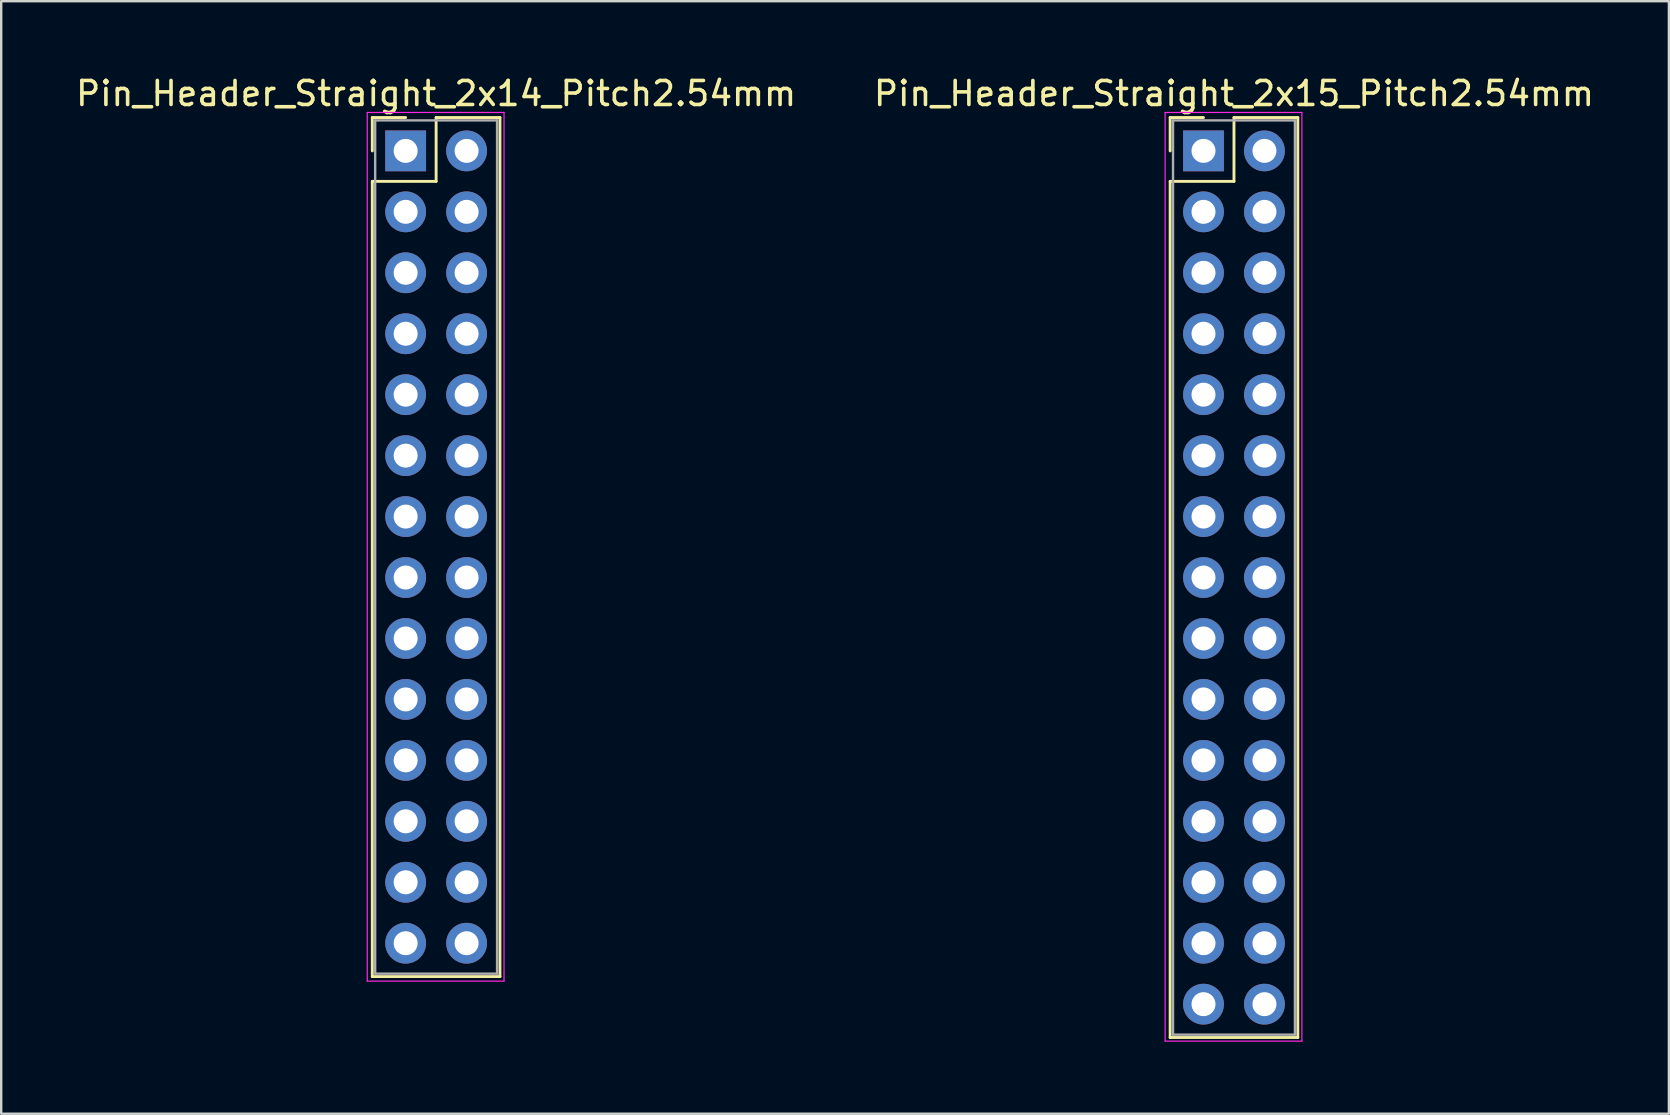
<source format=kicad_pcb>
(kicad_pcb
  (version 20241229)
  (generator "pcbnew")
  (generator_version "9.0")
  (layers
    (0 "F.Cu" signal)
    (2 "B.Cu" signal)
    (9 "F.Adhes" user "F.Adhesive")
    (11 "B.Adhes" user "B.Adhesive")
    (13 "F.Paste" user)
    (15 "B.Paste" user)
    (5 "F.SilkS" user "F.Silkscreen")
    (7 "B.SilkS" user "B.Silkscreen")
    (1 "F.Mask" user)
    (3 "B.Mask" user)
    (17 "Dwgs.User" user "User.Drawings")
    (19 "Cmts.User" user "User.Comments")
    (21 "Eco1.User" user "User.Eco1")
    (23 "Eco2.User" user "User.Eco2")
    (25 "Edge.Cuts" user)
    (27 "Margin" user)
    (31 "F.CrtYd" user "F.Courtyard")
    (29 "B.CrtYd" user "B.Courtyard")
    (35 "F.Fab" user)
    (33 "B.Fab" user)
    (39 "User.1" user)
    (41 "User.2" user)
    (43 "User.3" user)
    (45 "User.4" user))
  (footprint "Pin_Header_Straight_2x15_Pitch2.54mm"
    (layer "F.Cu")
    (at 47.105 3.238)
    (property "Reference" "Pin_Header_Straight_2x15_Pitch2.54mm" (at 1.27 -2.39 0) (layer "F.SilkS") (effects (font (size 1 1) (thickness 0.15))))
    (attr through_hole)
    (fp_line (start -1.39 -1.39) (end 0 -1.39) (stroke (width 0.12) (type solid)) (layer "F.SilkS"))
    (fp_line (start -1.39 0) (end -1.39 -1.39) (stroke (width 0.12) (type solid)) (layer "F.SilkS"))
    (fp_line (start -1.39 1.27) (end -1.39 36.95) (stroke (width 0.12) (type solid)) (layer "F.SilkS"))
    (fp_line (start -1.39 36.95) (end 3.93 36.95) (stroke (width 0.12) (type solid)) (layer "F.SilkS"))
    (fp_line (start 1.27 -1.39) (end 1.27 1.27) (stroke (width 0.12) (type solid)) (layer "F.SilkS"))
    (fp_line (start 1.27 1.27) (end -1.39 1.27) (stroke (width 0.12) (type solid)) (layer "F.SilkS"))
    (fp_line (start 3.93 -1.39) (end 1.27 -1.39) (stroke (width 0.12) (type solid)) (layer "F.SilkS"))
    (fp_line (start 3.93 36.95) (end 3.93 -1.39) (stroke (width 0.12) (type solid)) (layer "F.SilkS"))
    (fp_line (start -1.6 -1.6) (end -1.6 37.1) (stroke (width 0.05) (type solid)) (layer "F.CrtYd"))
    (fp_line (start -1.6 37.1) (end 4.1 37.1) (stroke (width 0.05) (type solid)) (layer "F.CrtYd"))
    (fp_line (start 4.1 -1.6) (end -1.6 -1.6) (stroke (width 0.05) (type solid)) (layer "F.CrtYd"))
    (fp_line (start 4.1 37.1) (end 4.1 -1.6) (stroke (width 0.05) (type solid)) (layer "F.CrtYd"))
    (fp_line (start -1.27 -1.27) (end -1.27 36.83) (stroke (width 0.1) (type solid)) (layer "F.Fab"))
    (fp_line (start -1.27 36.83) (end 3.81 36.83) (stroke (width 0.1) (type solid)) (layer "F.Fab"))
    (fp_line (start 3.81 -1.27) (end -1.27 -1.27) (stroke (width 0.1) (type solid)) (layer "F.Fab"))
    (fp_line (start 3.81 36.83) (end 3.81 -1.27) (stroke (width 0.1) (type solid)) (layer "F.Fab"))
    (pad "1" thru_hole rect (at 0 0) (size 1.7 1.7) (drill 1) (layers "*.Cu" "*.Mask"))
    (pad "2" thru_hole oval (at 2.54 0) (size 1.7 1.7) (drill 1) (layers "*.Cu" "*.Mask"))
    (pad "3" thru_hole oval (at 0 2.54) (size 1.7 1.7) (drill 1) (layers "*.Cu" "*.Mask"))
    (pad "4" thru_hole oval (at 2.54 2.54) (size 1.7 1.7) (drill 1) (layers "*.Cu" "*.Mask"))
    (pad "5" thru_hole oval (at 0 5.08) (size 1.7 1.7) (drill 1) (layers "*.Cu" "*.Mask"))
    (pad "6" thru_hole oval (at 2.54 5.08) (size 1.7 1.7) (drill 1) (layers "*.Cu" "*.Mask"))
    (pad "7" thru_hole oval (at 0 7.62) (size 1.7 1.7) (drill 1) (layers "*.Cu" "*.Mask"))
    (pad "8" thru_hole oval (at 2.54 7.62) (size 1.7 1.7) (drill 1) (layers "*.Cu" "*.Mask"))
    (pad "9" thru_hole oval (at 0 10.16) (size 1.7 1.7) (drill 1) (layers "*.Cu" "*.Mask"))
    (pad "10" thru_hole oval (at 2.54 10.16) (size 1.7 1.7) (drill 1) (layers "*.Cu" "*.Mask"))
    (pad "11" thru_hole oval (at 0 12.7) (size 1.7 1.7) (drill 1) (layers "*.Cu" "*.Mask"))
    (pad "12" thru_hole oval (at 2.54 12.7) (size 1.7 1.7) (drill 1) (layers "*.Cu" "*.Mask"))
    (pad "13" thru_hole oval (at 0 15.24) (size 1.7 1.7) (drill 1) (layers "*.Cu" "*.Mask"))
    (pad "14" thru_hole oval (at 2.54 15.24) (size 1.7 1.7) (drill 1) (layers "*.Cu" "*.Mask"))
    (pad "15" thru_hole oval (at 0 17.78) (size 1.7 1.7) (drill 1) (layers "*.Cu" "*.Mask"))
    (pad "16" thru_hole oval (at 2.54 17.78) (size 1.7 1.7) (drill 1) (layers "*.Cu" "*.Mask"))
    (pad "17" thru_hole oval (at 0 20.32) (size 1.7 1.7) (drill 1) (layers "*.Cu" "*.Mask"))
    (pad "18" thru_hole oval (at 2.54 20.32) (size 1.7 1.7) (drill 1) (layers "*.Cu" "*.Mask"))
    (pad "19" thru_hole oval (at 0 22.86) (size 1.7 1.7) (drill 1) (layers "*.Cu" "*.Mask"))
    (pad "20" thru_hole oval (at 2.54 22.86) (size 1.7 1.7) (drill 1) (layers "*.Cu" "*.Mask"))
    (pad "21" thru_hole oval (at 0 25.4) (size 1.7 1.7) (drill 1) (layers "*.Cu" "*.Mask"))
    (pad "22" thru_hole oval (at 2.54 25.4) (size 1.7 1.7) (drill 1) (layers "*.Cu" "*.Mask"))
    (pad "23" thru_hole oval (at 0 27.94) (size 1.7 1.7) (drill 1) (layers "*.Cu" "*.Mask"))
    (pad "24" thru_hole oval (at 2.54 27.94) (size 1.7 1.7) (drill 1) (layers "*.Cu" "*.Mask"))
    (pad "25" thru_hole oval (at 0 30.48) (size 1.7 1.7) (drill 1) (layers "*.Cu" "*.Mask"))
    (pad "26" thru_hole oval (at 2.54 30.48) (size 1.7 1.7) (drill 1) (layers "*.Cu" "*.Mask"))
    (pad "27" thru_hole oval (at 0 33.02) (size 1.7 1.7) (drill 1) (layers "*.Cu" "*.Mask"))
    (pad "28" thru_hole oval (at 2.54 33.02) (size 1.7 1.7) (drill 1) (layers "*.Cu" "*.Mask"))
    (pad "29" thru_hole oval (at 0 35.56) (size 1.7 1.7) (drill 1) (layers "*.Cu" "*.Mask"))
    (pad "30" thru_hole oval (at 2.54 35.56) (size 1.7 1.7) (drill 1) (layers "*.Cu" "*.Mask")))
  (footprint "Pin_Header_Straight_2x14_Pitch2.54mm"
    (layer "F.Cu")
    (at 13.855 3.238)
    (property "Reference" "Pin_Header_Straight_2x14_Pitch2.54mm" (at 1.27 -2.39 0) (layer "F.SilkS") (effects (font (size 1 1) (thickness 0.15))))
    (attr through_hole)
    (fp_line (start -1.39 -1.39) (end 0 -1.39) (stroke (width 0.12) (type solid)) (layer "F.SilkS"))
    (fp_line (start -1.39 0) (end -1.39 -1.39) (stroke (width 0.12) (type solid)) (layer "F.SilkS"))
    (fp_line (start -1.39 1.27) (end -1.39 34.41) (stroke (width 0.12) (type solid)) (layer "F.SilkS"))
    (fp_line (start -1.39 34.41) (end 3.93 34.41) (stroke (width 0.12) (type solid)) (layer "F.SilkS"))
    (fp_line (start 1.27 -1.39) (end 1.27 1.27) (stroke (width 0.12) (type solid)) (layer "F.SilkS"))
    (fp_line (start 1.27 1.27) (end -1.39 1.27) (stroke (width 0.12) (type solid)) (layer "F.SilkS"))
    (fp_line (start 3.93 -1.39) (end 1.27 -1.39) (stroke (width 0.12) (type solid)) (layer "F.SilkS"))
    (fp_line (start 3.93 34.41) (end 3.93 -1.39) (stroke (width 0.12) (type solid)) (layer "F.SilkS"))
    (fp_line (start -1.6 -1.6) (end -1.6 34.6) (stroke (width 0.05) (type solid)) (layer "F.CrtYd"))
    (fp_line (start -1.6 34.6) (end 4.1 34.6) (stroke (width 0.05) (type solid)) (layer "F.CrtYd"))
    (fp_line (start 4.1 -1.6) (end -1.6 -1.6) (stroke (width 0.05) (type solid)) (layer "F.CrtYd"))
    (fp_line (start 4.1 34.6) (end 4.1 -1.6) (stroke (width 0.05) (type solid)) (layer "F.CrtYd"))
    (fp_line (start -1.27 -1.27) (end -1.27 34.29) (stroke (width 0.1) (type solid)) (layer "F.Fab"))
    (fp_line (start -1.27 34.29) (end 3.81 34.29) (stroke (width 0.1) (type solid)) (layer "F.Fab"))
    (fp_line (start 3.81 -1.27) (end -1.27 -1.27) (stroke (width 0.1) (type solid)) (layer "F.Fab"))
    (fp_line (start 3.81 34.29) (end 3.81 -1.27) (stroke (width 0.1) (type solid)) (layer "F.Fab"))
    (pad "1" thru_hole rect (at 0 0) (size 1.7 1.7) (drill 1) (layers "*.Cu" "*.Mask"))
    (pad "2" thru_hole oval (at 2.54 0) (size 1.7 1.7) (drill 1) (layers "*.Cu" "*.Mask"))
    (pad "3" thru_hole oval (at 0 2.54) (size 1.7 1.7) (drill 1) (layers "*.Cu" "*.Mask"))
    (pad "4" thru_hole oval (at 2.54 2.54) (size 1.7 1.7) (drill 1) (layers "*.Cu" "*.Mask"))
    (pad "5" thru_hole oval (at 0 5.08) (size 1.7 1.7) (drill 1) (layers "*.Cu" "*.Mask"))
    (pad "6" thru_hole oval (at 2.54 5.08) (size 1.7 1.7) (drill 1) (layers "*.Cu" "*.Mask"))
    (pad "7" thru_hole oval (at 0 7.62) (size 1.7 1.7) (drill 1) (layers "*.Cu" "*.Mask"))
    (pad "8" thru_hole oval (at 2.54 7.62) (size 1.7 1.7) (drill 1) (layers "*.Cu" "*.Mask"))
    (pad "9" thru_hole oval (at 0 10.16) (size 1.7 1.7) (drill 1) (layers "*.Cu" "*.Mask"))
    (pad "10" thru_hole oval (at 2.54 10.16) (size 1.7 1.7) (drill 1) (layers "*.Cu" "*.Mask"))
    (pad "11" thru_hole oval (at 0 12.7) (size 1.7 1.7) (drill 1) (layers "*.Cu" "*.Mask"))
    (pad "12" thru_hole oval (at 2.54 12.7) (size 1.7 1.7) (drill 1) (layers "*.Cu" "*.Mask"))
    (pad "13" thru_hole oval (at 0 15.24) (size 1.7 1.7) (drill 1) (layers "*.Cu" "*.Mask"))
    (pad "14" thru_hole oval (at 2.54 15.24) (size 1.7 1.7) (drill 1) (layers "*.Cu" "*.Mask"))
    (pad "15" thru_hole oval (at 0 17.78) (size 1.7 1.7) (drill 1) (layers "*.Cu" "*.Mask"))
    (pad "16" thru_hole oval (at 2.54 17.78) (size 1.7 1.7) (drill 1) (layers "*.Cu" "*.Mask"))
    (pad "17" thru_hole oval (at 0 20.32) (size 1.7 1.7) (drill 1) (layers "*.Cu" "*.Mask"))
    (pad "18" thru_hole oval (at 2.54 20.32) (size 1.7 1.7) (drill 1) (layers "*.Cu" "*.Mask"))
    (pad "19" thru_hole oval (at 0 22.86) (size 1.7 1.7) (drill 1) (layers "*.Cu" "*.Mask"))
    (pad "20" thru_hole oval (at 2.54 22.86) (size 1.7 1.7) (drill 1) (layers "*.Cu" "*.Mask"))
    (pad "21" thru_hole oval (at 0 25.4) (size 1.7 1.7) (drill 1) (layers "*.Cu" "*.Mask"))
    (pad "22" thru_hole oval (at 2.54 25.4) (size 1.7 1.7) (drill 1) (layers "*.Cu" "*.Mask"))
    (pad "23" thru_hole oval (at 0 27.94) (size 1.7 1.7) (drill 1) (layers "*.Cu" "*.Mask"))
    (pad "24" thru_hole oval (at 2.54 27.94) (size 1.7 1.7) (drill 1) (layers "*.Cu" "*.Mask"))
    (pad "25" thru_hole oval (at 0 30.48) (size 1.7 1.7) (drill 1) (layers "*.Cu" "*.Mask"))
    (pad "26" thru_hole oval (at 2.54 30.48) (size 1.7 1.7) (drill 1) (layers "*.Cu" "*.Mask"))
    (pad "27" thru_hole oval (at 0 33.02) (size 1.7 1.7) (drill 1) (layers "*.Cu" "*.Mask"))
    (pad "28" thru_hole oval (at 2.54 33.02) (size 1.7 1.7) (drill 1) (layers "*.Cu" "*.Mask")))
  (gr_rect
    (start -3 -3)
    (end 66.5 43.363)
    (stroke (width 0.1) (type default))
    (fill no)
    (layer "Edge.Cuts")))
</source>
